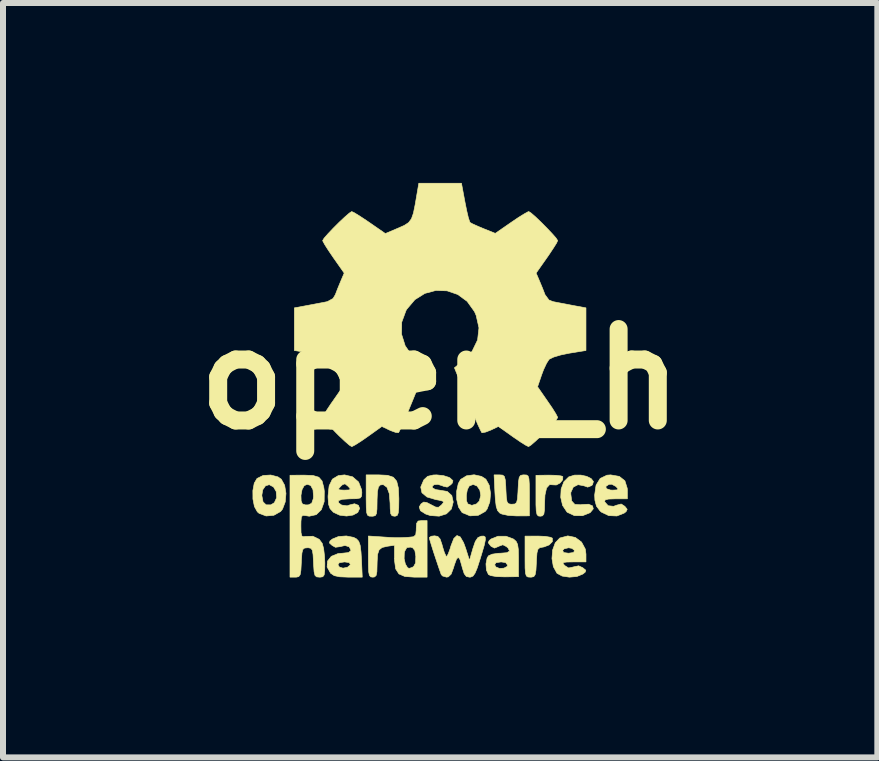
<source format=kicad_pcb>
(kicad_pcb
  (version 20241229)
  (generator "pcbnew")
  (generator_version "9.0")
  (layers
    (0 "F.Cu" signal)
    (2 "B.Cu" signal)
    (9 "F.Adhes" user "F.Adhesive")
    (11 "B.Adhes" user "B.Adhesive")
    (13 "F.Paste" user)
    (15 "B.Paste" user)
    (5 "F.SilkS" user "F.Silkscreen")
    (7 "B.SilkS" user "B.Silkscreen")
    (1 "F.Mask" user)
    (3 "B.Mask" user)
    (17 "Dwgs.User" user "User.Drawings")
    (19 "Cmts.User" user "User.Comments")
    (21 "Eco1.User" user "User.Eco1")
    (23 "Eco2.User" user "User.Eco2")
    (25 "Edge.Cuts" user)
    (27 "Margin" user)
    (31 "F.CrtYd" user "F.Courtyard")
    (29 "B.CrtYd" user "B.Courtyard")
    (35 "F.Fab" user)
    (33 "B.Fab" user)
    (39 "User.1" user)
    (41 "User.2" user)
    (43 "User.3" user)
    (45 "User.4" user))
  (footprint "open_h"
    (layer "F.Cu")
    (at 4.289 3.271)
    (property "Reference" "open_h" (at 0 0 0) (layer "F.SilkS") (effects (font (size 1.524 1.524) (thickness 0.3))))
    (attr through_hole)
    (fp_poly (pts (xy 1.93 1.604) (xy 2.015 1.614) (xy 2.045 1.625) (xy 2.043 1.678) (xy 1.998 1.733) (xy 1.937 1.765) (xy 1.902 1.764) (xy 1.825 1.759) (xy 1.774 1.815) (xy 1.747 1.935) (xy 1.742 2.055) (xy 1.739 2.181) (xy 1.729 2.251) (xy 1.705 2.28) (xy 1.669 2.286) (xy 1.635 2.281) (xy 1.614 2.256) (xy 1.602 2.198) (xy 1.597 2.094) (xy 1.597 1.945) (xy 1.597 1.604) (xy 1.813 1.601) (xy 1.93 1.604)) (stroke (width 0.01) (type solid)) (fill yes) (layer "F.SilkS"))
    (fp_poly (pts (xy 1.751 2.622) (xy 1.839 2.637) (xy 1.871 2.652) (xy 1.871 2.709) (xy 1.818 2.764) (xy 1.731 2.798) (xy 1.712 2.801) (xy 1.66 2.811) (xy 1.63 2.838) (xy 1.614 2.898) (xy 1.606 3.008) (xy 1.604 3.057) (xy 1.597 3.187) (xy 1.584 3.26) (xy 1.561 3.293) (xy 1.52 3.302) (xy 1.504 3.302) (xy 1.463 3.299) (xy 1.437 3.282) (xy 1.423 3.238) (xy 1.416 3.151) (xy 1.415 3.009) (xy 1.415 2.96) (xy 1.415 2.618) (xy 1.632 2.617) (xy 1.751 2.622)) (stroke (width 0.01) (type solid)) (fill yes) (layer "F.SilkS"))
    (fp_poly (pts (xy 2.442 1.621) (xy 2.517 1.658) (xy 2.555 1.707) (xy 2.54 1.761) (xy 2.525 1.775) (xy 2.46 1.801) (xy 2.397 1.779) (xy 2.299 1.76) (xy 2.22 1.8) (xy 2.179 1.888) (xy 2.178 1.915) (xy 2.193 2.032) (xy 2.245 2.089) (xy 2.341 2.095) (xy 2.368 2.091) (xy 2.475 2.086) (xy 2.541 2.114) (xy 2.553 2.163) (xy 2.504 2.223) (xy 2.497 2.228) (xy 2.373 2.278) (xy 2.238 2.276) (xy 2.122 2.222) (xy 2.113 2.214) (xy 2.041 2.106) (xy 2.01 1.971) (xy 2.017 1.832) (xy 2.063 1.711) (xy 2.143 1.631) (xy 2.239 1.601) (xy 2.344 1.6) (xy 2.442 1.621)) (stroke (width 0.01) (type solid)) (fill yes) (layer "F.SilkS"))
    (fp_poly (pts (xy -2.705 1.63) (xy -2.649 1.669) (xy -2.593 1.77) (xy -2.571 1.905) (xy -2.583 2.047) (xy -2.628 2.166) (xy -2.66 2.207) (xy -2.774 2.271) (xy -2.902 2.282) (xy -3.019 2.238) (xy -3.048 2.213) (xy -3.097 2.125) (xy -3.122 1.998) (xy -3.122 1.939) (xy -2.974 1.939) (xy -2.953 2.047) (xy -2.903 2.096) (xy -2.826 2.097) (xy -2.765 2.061) (xy -2.726 1.977) (xy -2.734 1.874) (xy -2.778 1.799) (xy -2.85 1.76) (xy -2.913 1.78) (xy -2.958 1.845) (xy -2.974 1.939) (xy -3.122 1.939) (xy -3.123 1.859) (xy -3.1 1.736) (xy -3.054 1.657) (xy -2.953 1.607) (xy -2.825 1.599) (xy -2.705 1.63)) (stroke (width 0.01) (type solid)) (fill yes) (layer "F.SilkS"))
    (fp_poly (pts (xy 0.689 1.622) (xy 0.762 1.669) (xy 0.818 1.77) (xy 0.84 1.905) (xy 0.828 2.047) (xy 0.783 2.166) (xy 0.751 2.207) (xy 0.633 2.272) (xy 0.498 2.28) (xy 0.372 2.228) (xy 0.362 2.22) (xy 0.306 2.134) (xy 0.276 2.008) (xy 0.275 1.938) (xy 0.436 1.938) (xy 0.439 2.03) (xy 0.46 2.08) (xy 0.528 2.105) (xy 0.606 2.081) (xy 0.653 2.033) (xy 0.677 1.938) (xy 0.661 1.85) (xy 0.615 1.783) (xy 0.551 1.756) (xy 0.485 1.782) (xy 0.453 1.843) (xy 0.436 1.938) (xy 0.275 1.938) (xy 0.275 1.868) (xy 0.302 1.742) (xy 0.342 1.672) (xy 0.44 1.612) (xy 0.566 1.595) (xy 0.689 1.622)) (stroke (width 0.01) (type solid)) (fill yes) (layer "F.SilkS"))
    (fp_poly (pts (xy -0.877 1.604) (xy -0.781 1.636) (xy -0.725 1.702) (xy -0.697 1.816) (xy -0.689 1.988) (xy -0.689 2.008) (xy -0.691 2.149) (xy -0.699 2.232) (xy -0.716 2.273) (xy -0.747 2.285) (xy -0.762 2.286) (xy -0.803 2.278) (xy -0.825 2.243) (xy -0.833 2.164) (xy -0.835 2.071) (xy -0.848 1.91) (xy -0.887 1.804) (xy -0.949 1.759) (xy -0.999 1.765) (xy -1.029 1.798) (xy -1.046 1.877) (xy -1.052 2.013) (xy -1.052 2.036) (xy -1.054 2.167) (xy -1.062 2.242) (xy -1.082 2.276) (xy -1.121 2.286) (xy -1.143 2.286) (xy -1.185 2.284) (xy -1.212 2.267) (xy -1.226 2.224) (xy -1.232 2.139) (xy -1.234 2) (xy -1.234 1.941) (xy -1.234 1.597) (xy -1.022 1.597) (xy -0.877 1.604)) (stroke (width 0.01) (type solid)) (fill yes) (layer "F.SilkS"))
    (fp_poly (pts (xy 1.042 1.601) (xy 1.071 1.624) (xy 1.086 1.682) (xy 1.094 1.791) (xy 1.096 1.841) (xy 1.103 1.971) (xy 1.115 2.045) (xy 1.139 2.078) (xy 1.18 2.086) (xy 1.197 2.086) (xy 1.246 2.082) (xy 1.274 2.058) (xy 1.289 1.998) (xy 1.297 1.887) (xy 1.299 1.841) (xy 1.306 1.712) (xy 1.318 1.638) (xy 1.342 1.605) (xy 1.383 1.597) (xy 1.399 1.597) (xy 1.44 1.599) (xy 1.466 1.616) (xy 1.48 1.661) (xy 1.486 1.748) (xy 1.488 1.889) (xy 1.488 1.938) (xy 1.488 2.28) (xy 1.274 2.281) (xy 1.136 2.273) (xy 1.029 2.25) (xy 0.994 2.233) (xy 0.957 2.192) (xy 0.934 2.121) (xy 0.92 2.005) (xy 0.913 1.89) (xy 0.899 1.597) (xy 0.992 1.597) (xy 1.042 1.601)) (stroke (width 0.01) (type solid)) (fill yes) (layer "F.SilkS"))
    (fp_poly (pts (xy 2.254 2.64) (xy 2.357 2.717) (xy 2.42 2.834) (xy 2.431 2.919) (xy 2.431 3.048) (xy 2.224 3.048) (xy 2.109 3.05) (xy 2.055 3.058) (xy 2.05 3.077) (xy 2.077 3.109) (xy 2.141 3.149) (xy 2.218 3.133) (xy 2.223 3.131) (xy 2.309 3.113) (xy 2.378 3.145) (xy 2.428 3.187) (xy 2.418 3.219) (xy 2.379 3.25) (xy 2.28 3.291) (xy 2.155 3.302) (xy 2.034 3.284) (xy 1.949 3.238) (xy 1.947 3.236) (xy 1.887 3.127) (xy 1.864 2.991) (xy 1.875 2.857) (xy 2.041 2.857) (xy 2.06 2.892) (xy 2.141 2.903) (xy 2.224 2.891) (xy 2.241 2.857) (xy 2.197 2.822) (xy 2.141 2.812) (xy 2.069 2.829) (xy 2.041 2.857) (xy 1.875 2.857) (xy 1.875 2.85) (xy 1.919 2.729) (xy 1.994 2.65) (xy 1.996 2.649) (xy 2.128 2.614) (xy 2.254 2.64)) (stroke (width 0.01) (type solid)) (fill yes) (layer "F.SilkS"))
    (fp_poly (pts (xy 2.987 1.622) (xy 3.08 1.696) (xy 3.119 1.82) (xy 3.121 1.853) (xy 3.121 1.996) (xy 2.922 1.996) (xy 2.807 2) (xy 2.751 2.014) (xy 2.742 2.042) (xy 2.744 2.047) (xy 2.801 2.111) (xy 2.891 2.121) (xy 2.946 2.101) (xy 3.018 2.082) (xy 3.079 2.121) (xy 3.118 2.171) (xy 3.1 2.209) (xy 3.068 2.234) (xy 2.947 2.282) (xy 2.811 2.276) (xy 2.689 2.218) (xy 2.665 2.197) (xy 2.606 2.118) (xy 2.58 2.02) (xy 2.576 1.932) (xy 2.596 1.791) (xy 2.761 1.791) (xy 2.772 1.827) (xy 2.838 1.849) (xy 2.874 1.851) (xy 2.95 1.847) (xy 2.965 1.83) (xy 2.932 1.791) (xy 2.862 1.753) (xy 2.815 1.754) (xy 2.761 1.791) (xy 2.596 1.791) (xy 2.6 1.767) (xy 2.668 1.656) (xy 2.781 1.602) (xy 2.842 1.597) (xy 2.987 1.622)) (stroke (width 0.01) (type solid)) (fill yes) (layer "F.SilkS"))
    (fp_poly (pts (xy -1.443 2.639) (xy -1.395 2.664) (xy -1.358 2.704) (xy -1.334 2.771) (xy -1.32 2.881) (xy -1.312 3.008) (xy -1.299 3.302) (xy -1.533 3.302) (xy -1.676 3.296) (xy -1.766 3.277) (xy -1.823 3.239) (xy -1.827 3.236) (xy -1.885 3.132) (xy -1.882 3.096) (xy -1.705 3.096) (xy -1.68 3.134) (xy -1.62 3.152) (xy -1.545 3.137) (xy -1.498 3.096) (xy -1.497 3.093) (xy -1.516 3.059) (xy -1.594 3.048) (xy -1.681 3.061) (xy -1.705 3.096) (xy -1.882 3.096) (xy -1.878 3.034) (xy -1.815 2.955) (xy -1.703 2.909) (xy -1.63 2.903) (xy -1.527 2.892) (xy -1.488 2.859) (xy -1.488 2.852) (xy -1.517 2.796) (xy -1.587 2.774) (xy -1.667 2.793) (xy -1.746 2.804) (xy -1.8 2.774) (xy -1.847 2.732) (xy -1.837 2.699) (xy -1.798 2.667) (xy -1.696 2.625) (xy -1.565 2.615) (xy -1.443 2.639)) (stroke (width 0.01) (type solid)) (fill yes) (layer "F.SilkS"))
    (fp_poly (pts (xy -1.46 1.629) (xy -1.36 1.716) (xy -1.31 1.844) (xy -1.306 1.892) (xy -1.31 1.951) (xy -1.333 1.982) (xy -1.394 1.994) (xy -1.506 1.996) (xy -1.635 2.004) (xy -1.697 2.027) (xy -1.692 2.064) (xy -1.643 2.1) (xy -1.551 2.113) (xy -1.513 2.099) (xy -1.428 2.078) (xy -1.363 2.104) (xy -1.343 2.157) (xy -1.374 2.224) (xy -1.454 2.267) (xy -1.561 2.283) (xy -1.675 2.269) (xy -1.775 2.223) (xy -1.783 2.217) (xy -1.835 2.161) (xy -1.861 2.088) (xy -1.869 1.973) (xy -1.869 1.948) (xy -1.857 1.83) (xy -1.695 1.83) (xy -1.68 1.847) (xy -1.605 1.851) (xy -1.597 1.851) (xy -1.516 1.848) (xy -1.498 1.832) (xy -1.53 1.792) (xy -1.534 1.788) (xy -1.586 1.746) (xy -1.627 1.759) (xy -1.659 1.788) (xy -1.695 1.83) (xy -1.857 1.83) (xy -1.851 1.779) (xy -1.797 1.668) (xy -1.699 1.609) (xy -1.594 1.597) (xy -1.46 1.629)) (stroke (width 0.01) (type solid)) (fill yes) (layer "F.SilkS"))
    (fp_poly (pts (xy 0.055 1.609) (xy 0.149 1.639) (xy 0.165 1.649) (xy 0.213 1.693) (xy 0.203 1.733) (xy 0.177 1.761) (xy 0.117 1.801) (xy 0.049 1.785) (xy 0.038 1.779) (xy -0.038 1.755) (xy -0.103 1.761) (xy -0.134 1.79) (xy -0.127 1.814) (xy -0.077 1.842) (xy -0.014 1.851) (xy 0.118 1.873) (xy 0.194 1.941) (xy 0.218 2.049) (xy 0.187 2.166) (xy 0.104 2.247) (xy -0.017 2.285) (xy -0.164 2.275) (xy -0.241 2.25) (xy -0.329 2.195) (xy -0.349 2.131) (xy -0.319 2.081) (xy -0.275 2.05) (xy -0.222 2.058) (xy -0.152 2.094) (xy -0.074 2.134) (xy -0.027 2.137) (xy 0.019 2.101) (xy 0.023 2.097) (xy 0.056 2.057) (xy 0.045 2.035) (xy -0.022 2.018) (xy -0.069 2.01) (xy -0.219 1.966) (xy -0.304 1.895) (xy -0.324 1.8) (xy -0.275 1.685) (xy -0.27 1.677) (xy -0.209 1.621) (xy -0.116 1.599) (xy -0.059 1.597) (xy 0.055 1.609)) (stroke (width 0.01) (type solid)) (fill yes) (layer "F.SilkS"))
    (fp_poly (pts (xy 1.098 2.62) (xy 1.219 2.665) (xy 1.226 2.669) (xy 1.267 2.706) (xy 1.291 2.756) (xy 1.303 2.839) (xy 1.306 2.973) (xy 1.306 3.01) (xy 1.306 3.294) (xy 1.077 3.297) (xy 0.942 3.293) (xy 0.843 3.276) (xy 0.805 3.258) (xy 0.771 3.184) (xy 0.765 3.097) (xy 0.908 3.097) (xy 0.931 3.133) (xy 0.99 3.157) (xy 1.063 3.152) (xy 1.116 3.124) (xy 1.125 3.102) (xy 1.092 3.059) (xy 1.016 3.048) (xy 0.93 3.061) (xy 0.908 3.097) (xy 0.765 3.097) (xy 0.764 3.079) (xy 0.783 2.983) (xy 0.806 2.946) (xy 0.867 2.919) (xy 0.968 2.904) (xy 1.005 2.903) (xy 1.115 2.894) (xy 1.157 2.866) (xy 1.132 2.817) (xy 1.104 2.792) (xy 1.045 2.762) (xy 0.979 2.786) (xy 0.972 2.79) (xy 0.906 2.817) (xy 0.851 2.789) (xy 0.839 2.777) (xy 0.801 2.727) (xy 0.819 2.69) (xy 0.851 2.665) (xy 0.964 2.62) (xy 1.098 2.62)) (stroke (width 0.01) (type solid)) (fill yes) (layer "F.SilkS"))
    (fp_poly (pts (xy 0.335 2.631) (xy 0.39 2.726) (xy 0.424 2.818) (xy 0.489 3.023) (xy 0.545 2.827) (xy 0.586 2.707) (xy 0.629 2.643) (xy 0.682 2.619) (xy 0.727 2.617) (xy 0.751 2.633) (xy 0.754 2.679) (xy 0.736 2.766) (xy 0.695 2.905) (xy 0.667 2.997) (xy 0.619 3.146) (xy 0.581 3.237) (xy 0.547 3.284) (xy 0.508 3.301) (xy 0.489 3.302) (xy 0.437 3.291) (xy 0.401 3.245) (xy 0.37 3.149) (xy 0.362 3.118) (xy 0.331 3.01) (xy 0.303 2.97) (xy 0.273 3) (xy 0.236 3.1) (xy 0.222 3.148) (xy 0.183 3.252) (xy 0.136 3.297) (xy 0.106 3.302) (xy 0.039 3.282) (xy 0.017 3.257) (xy -0.021 3.149) (xy -0.065 3.018) (xy -0.11 2.883) (xy -0.148 2.762) (xy -0.174 2.675) (xy -0.181 2.643) (xy -0.15 2.62) (xy -0.094 2.613) (xy -0.039 2.623) (xy -0.001 2.666) (xy 0.031 2.76) (xy 0.039 2.792) (xy 0.07 2.891) (xy 0.097 2.949) (xy 0.11 2.956) (xy 0.134 2.915) (xy 0.166 2.828) (xy 0.181 2.777) (xy 0.228 2.657) (xy 0.28 2.608) (xy 0.335 2.631)) (stroke (width 0.01) (type solid)) (fill yes) (layer "F.SilkS"))
    (fp_poly (pts (xy -0.218 3.302) (xy -0.43 3.302) (xy -0.588 3.291) (xy -0.688 3.248) (xy -0.742 3.164) (xy -0.761 3.024) (xy -0.762 2.993) (xy -0.601 2.993) (xy -0.58 3.084) (xy -0.543 3.145) (xy -0.516 3.156) (xy -0.465 3.139) (xy -0.442 3.125) (xy -0.41 3.065) (xy -0.406 2.954) (xy -0.422 2.857) (xy -0.459 2.812) (xy -0.496 2.801) (xy -0.556 2.809) (xy -0.59 2.868) (xy -0.598 2.899) (xy -0.601 2.993) (xy -0.762 2.993) (xy -0.762 2.97) (xy -0.762 2.77) (xy -0.88 2.787) (xy -0.967 2.807) (xy -1.018 2.847) (xy -1.044 2.923) (xy -1.051 3.051) (xy -1.052 3.093) (xy -1.055 3.212) (xy -1.068 3.275) (xy -1.096 3.299) (xy -1.125 3.302) (xy -1.159 3.297) (xy -1.18 3.272) (xy -1.192 3.214) (xy -1.196 3.11) (xy -1.197 2.959) (xy -1.197 2.616) (xy -0.971 2.631) (xy -0.837 2.64) (xy -0.746 2.644) (xy -0.669 2.644) (xy -0.575 2.64) (xy -0.526 2.637) (xy -0.443 2.628) (xy -0.407 2.595) (xy -0.399 2.518) (xy -0.399 2.495) (xy -0.393 2.405) (xy -0.367 2.366) (xy -0.308 2.359) (xy -0.218 2.359) (xy -0.218 3.302)) (stroke (width 0.01) (type solid)) (fill yes) (layer "F.SilkS"))
    (fp_poly (pts (xy -2.119 1.607) (xy -2.023 1.636) (xy -1.969 1.699) (xy -1.94 1.809) (xy -1.932 1.868) (xy -1.934 2.044) (xy -1.981 2.177) (xy -2.066 2.26) (xy -2.183 2.286) (xy -2.25 2.275) (xy -2.292 2.272) (xy -2.314 2.299) (xy -2.321 2.373) (xy -2.322 2.449) (xy -2.32 2.56) (xy -2.307 2.615) (xy -2.279 2.628) (xy -2.25 2.623) (xy -2.122 2.62) (xy -2.016 2.672) (xy -1.966 2.74) (xy -1.943 2.826) (xy -1.928 2.954) (xy -1.923 3.068) (xy -1.925 3.194) (xy -1.934 3.264) (xy -1.957 3.295) (xy -2 3.302) (xy -2.012 3.302) (xy -2.06 3.297) (xy -2.087 3.273) (xy -2.102 3.212) (xy -2.11 3.099) (xy -2.112 3.057) (xy -2.119 2.927) (xy -2.131 2.854) (xy -2.155 2.821) (xy -2.196 2.812) (xy -2.213 2.812) (xy -2.262 2.817) (xy -2.29 2.841) (xy -2.305 2.9) (xy -2.313 3.011) (xy -2.315 3.057) (xy -2.322 3.187) (xy -2.334 3.26) (xy -2.358 3.293) (xy -2.399 3.302) (xy -2.415 3.302) (xy -2.504 3.302) (xy -2.504 1.938) (xy -2.321 1.938) (xy -2.318 2.032) (xy -2.297 2.082) (xy -2.243 2.098) (xy -2.197 2.097) (xy -2.142 2.07) (xy -2.116 1.995) (xy -2.112 1.956) (xy -2.12 1.845) (xy -2.159 1.773) (xy -2.219 1.754) (xy -2.268 1.778) (xy -2.303 1.842) (xy -2.321 1.938) (xy -2.504 1.938) (xy -2.504 1.603) (xy -2.271 1.601) (xy -2.119 1.607)) (stroke (width 0.01) (type solid)) (fill yes) (layer "F.SilkS"))
    (fp_poly (pts (xy 0.414 -2.95) (xy 0.443 -2.806) (xy 0.47 -2.691) (xy 0.493 -2.622) (xy 0.499 -2.611) (xy 0.545 -2.586) (xy 0.637 -2.545) (xy 0.723 -2.509) (xy 0.919 -2.43) (xy 1.182 -2.612) (xy 1.303 -2.694) (xy 1.403 -2.756) (xy 1.465 -2.79) (xy 1.477 -2.794) (xy 1.515 -2.77) (xy 1.589 -2.706) (xy 1.681 -2.618) (xy 1.779 -2.519) (xy 1.868 -2.425) (xy 1.933 -2.351) (xy 1.959 -2.31) (xy 1.959 -2.309) (xy 1.94 -2.267) (xy 1.887 -2.183) (xy 1.812 -2.07) (xy 1.78 -2.024) (xy 1.6 -1.768) (xy 1.656 -1.637) (xy 1.704 -1.522) (xy 1.745 -1.417) (xy 1.748 -1.408) (xy 1.814 -1.319) (xy 1.881 -1.292) (xy 1.968 -1.275) (xy 2.096 -1.251) (xy 2.204 -1.23) (xy 2.431 -1.188) (xy 2.431 -0.477) (xy 2.153 -0.432) (xy 2.012 -0.403) (xy 1.894 -0.368) (xy 1.823 -0.334) (xy 1.817 -0.33) (xy 1.774 -0.264) (xy 1.724 -0.157) (xy 1.692 -0.072) (xy 1.624 0.128) (xy 1.791 0.369) (xy 1.87 0.484) (xy 1.929 0.579) (xy 1.958 0.635) (xy 1.959 0.641) (xy 1.935 0.68) (xy 1.871 0.754) (xy 1.783 0.847) (xy 1.684 0.945) (xy 1.59 1.034) (xy 1.515 1.099) (xy 1.474 1.125) (xy 1.473 1.125) (xy 1.431 1.105) (xy 1.347 1.053) (xy 1.237 0.978) (xy 1.207 0.957) (xy 0.972 0.789) (xy 0.846 0.849) (xy 0.759 0.883) (xy 0.702 0.894) (xy 0.695 0.893) (xy 0.674 0.855) (xy 0.63 0.762) (xy 0.571 0.625) (xy 0.5 0.457) (xy 0.454 0.344) (xy 0.238 -0.189) (xy 0.375 -0.299) (xy 0.533 -0.465) (xy 0.624 -0.653) (xy 0.647 -0.854) (xy 0.6 -1.062) (xy 0.572 -1.126) (xy 0.45 -1.296) (xy 0.293 -1.411) (xy 0.115 -1.472) (xy -0.072 -1.478) (xy -0.255 -1.429) (xy -0.421 -1.325) (xy -0.556 -1.166) (xy -0.57 -1.142) (xy -0.641 -0.949) (xy -0.644 -0.749) (xy -0.583 -0.555) (xy -0.461 -0.379) (xy -0.375 -0.299) (xy -0.238 -0.189) (xy -0.454 0.344) (xy -0.529 0.526) (xy -0.596 0.684) (xy -0.65 0.805) (xy -0.685 0.877) (xy -0.695 0.893) (xy -0.741 0.889) (xy -0.824 0.859) (xy -0.846 0.849) (xy -0.972 0.789) (xy -1.207 0.957) (xy -1.321 1.036) (xy -1.414 1.095) (xy -1.469 1.124) (xy -1.475 1.125) (xy -1.514 1.101) (xy -1.589 1.036) (xy -1.688 0.943) (xy -1.734 0.897) (xy -1.835 0.792) (xy -1.912 0.705) (xy -1.955 0.65) (xy -1.959 0.639) (xy -1.94 0.597) (xy -1.888 0.512) (xy -1.814 0.401) (xy -1.791 0.369) (xy -1.624 0.128) (xy -1.692 -0.072) (xy -1.739 -0.192) (xy -1.789 -0.29) (xy -1.817 -0.33) (xy -1.88 -0.363) (xy -1.992 -0.398) (xy -2.131 -0.428) (xy -2.153 -0.432) (xy -2.431 -0.477) (xy -2.431 -1.188) (xy -2.204 -1.23) (xy -2.067 -1.256) (xy -1.945 -1.279) (xy -1.881 -1.292) (xy -1.786 -1.344) (xy -1.748 -1.408) (xy -1.709 -1.509) (xy -1.661 -1.625) (xy -1.656 -1.637) (xy -1.6 -1.768) (xy -1.78 -2.024) (xy -1.861 -2.143) (xy -1.923 -2.24) (xy -1.956 -2.301) (xy -1.959 -2.311) (xy -1.935 -2.35) (xy -1.871 -2.423) (xy -1.783 -2.516) (xy -1.685 -2.614) (xy -1.591 -2.702) (xy -1.516 -2.767) (xy -1.475 -2.794) (xy -1.475 -2.794) (xy -1.433 -2.775) (xy -1.348 -2.723) (xy -1.234 -2.648) (xy -1.18 -2.611) (xy -0.914 -2.427) (xy -0.704 -2.516) (xy -0.598 -2.563) (xy -0.526 -2.61) (xy -0.479 -2.673) (xy -0.446 -2.767) (xy -0.417 -2.909) (xy -0.401 -3.003) (xy -0.356 -3.266) (xy 0.355 -3.266) (xy 0.414 -2.95)) (stroke (width 0.01) (type solid)) (fill yes) (layer "F.SilkS")))
  (gr_rect
    (start -3 -3)
    (end 11.578 9.578)
    (stroke (width 0.1) (type default))
    (fill no)
    (layer "Edge.Cuts")))
</source>
